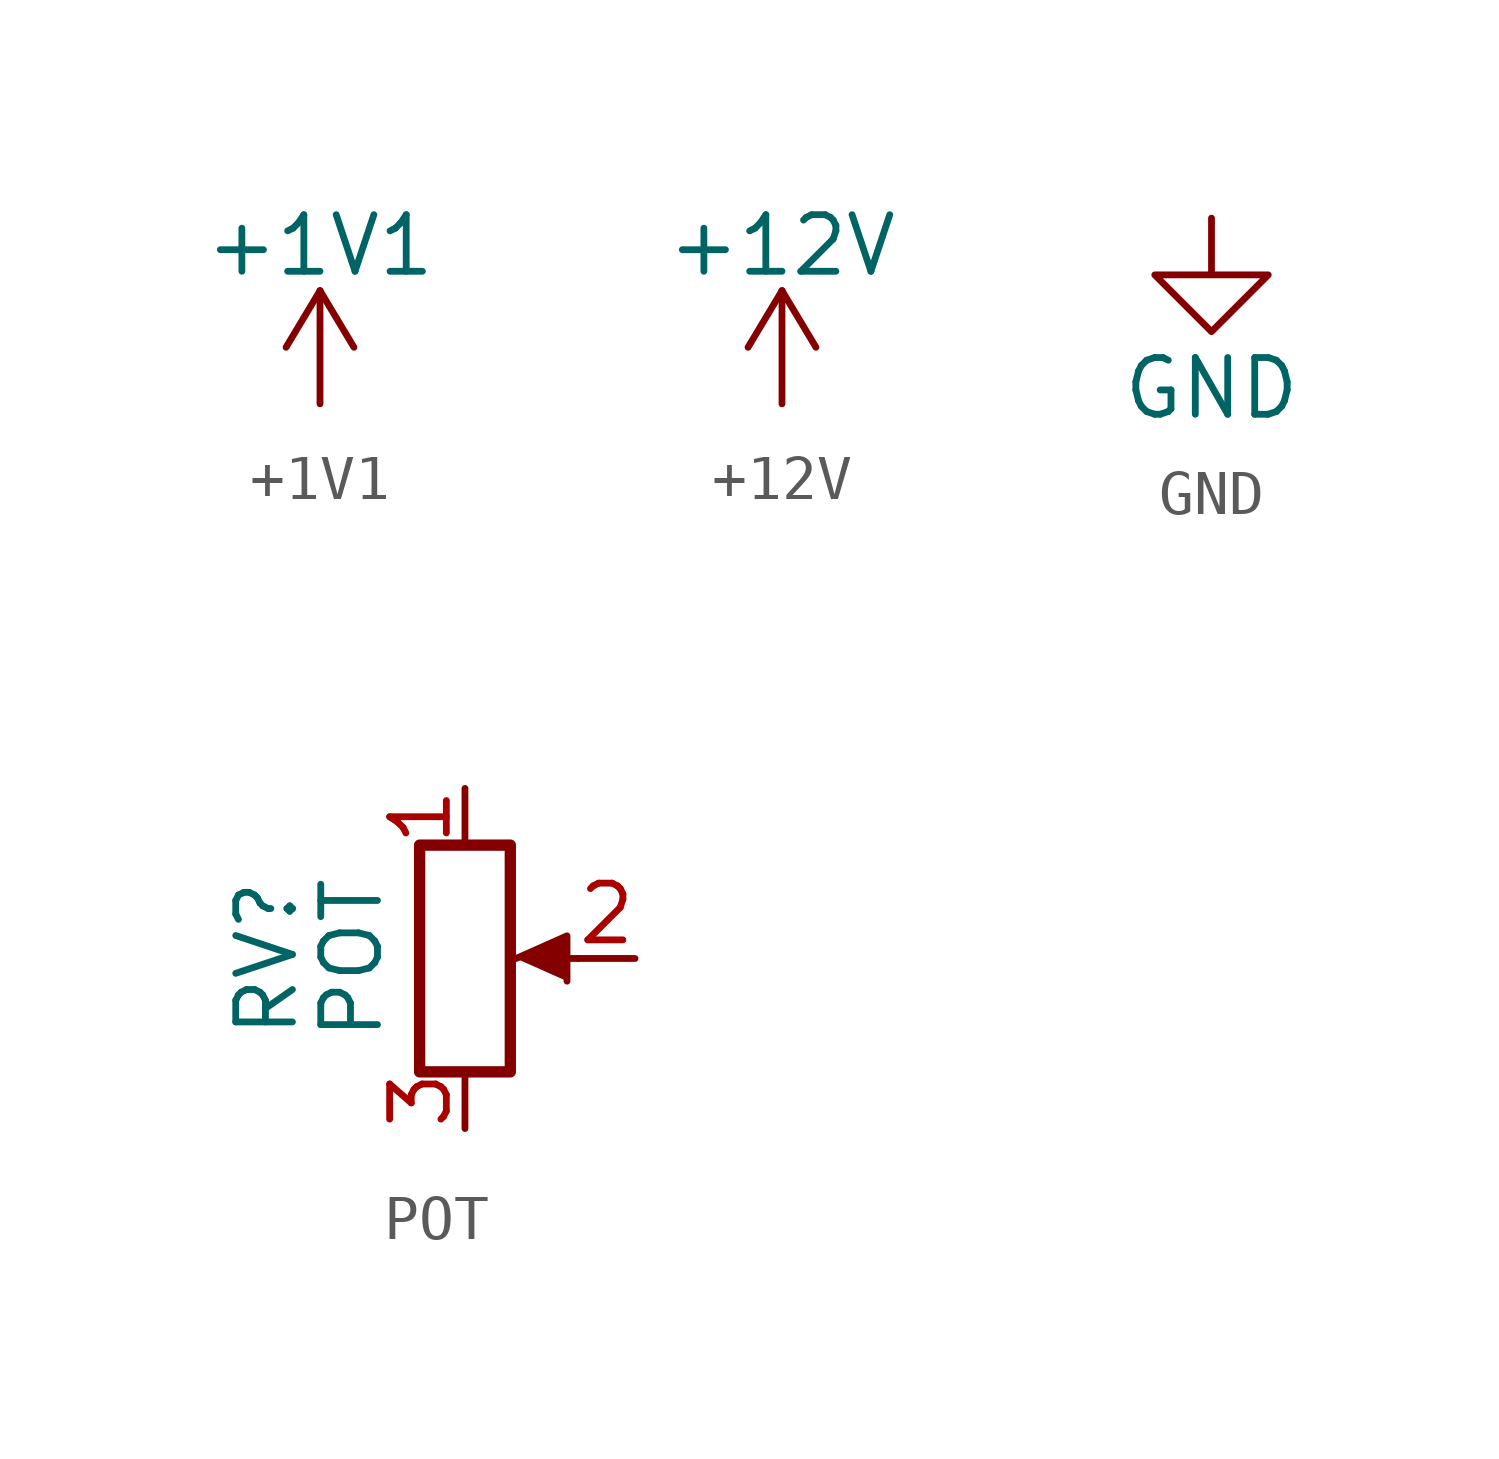
<source format=kicad_sym>
(kicad_symbol_lib
  (version 20241209)
  (generator "kicad_symbol_editor")
  (generator_version "9.0")
  (symbol "+1V1"
    (power)
    (pin_names
      (offset 0))
    (property "Reference" "#PWR"
      (at 0 -3.81 0)
      (effects (font (size 1.27 1.27)) (hide yes)))
    (property "Value" "+1V1"
      (at 0 3.556 0)
      (effects (font (size 1.27 1.27))))
    (symbol "+1V1_0_1"
      (polyline (pts (xy -0.762 1.27) (xy 0 2.54)) (stroke (width 0) (type solid)) (fill (type none)))
      (polyline (pts (xy 0 2.54) (xy 0.762 1.27)) (stroke (width 0) (type solid)) (fill (type none)))
      (polyline (pts (xy 0 0) (xy 0 2.54)) (stroke (width 0) (type solid)) (fill (type none))))
    (symbol "+1V1_1_1"
      (pin power_in line (at 0 0 90) (length 0) (hide yes) (name "+1V1" (effects (font (size 1.27 1.27)))) (number "1" (effects (font (size 1.27 1.27)))))))
  (symbol "+12V"
    (power)
    (pin_names
      (offset 0))
    (property "Reference" "#PWR"
      (at 0 -3.81 0)
      (effects (font (size 1.27 1.27)) (hide yes)))
    (property "Value" "+12V"
      (at 0 3.556 0)
      (effects (font (size 1.27 1.27))))
    (symbol "+12V_0_1"
      (polyline (pts (xy -0.762 1.27) (xy 0 2.54)) (stroke (width 0) (type solid)) (fill (type none)))
      (polyline (pts (xy 0 2.54) (xy 0.762 1.27)) (stroke (width 0) (type solid)) (fill (type none)))
      (polyline (pts (xy 0 0) (xy 0 2.54)) (stroke (width 0) (type solid)) (fill (type none))))
    (symbol "+12V_1_1"
      (pin power_in line (at 0 0 90) (length 0) (hide yes) (name "+12V" (effects (font (size 1.27 1.27)))) (number "1" (effects (font (size 1.27 1.27)))))))
  (symbol "GND"
    (power)
    (pin_names
      (offset 0))
    (property "Reference" "#PWR"
      (at 0 -6.35 0)
      (effects (font (size 1.27 1.27)) (hide yes)))
    (property "Value" "GND"
      (at 0 -3.81 0)
      (effects (font (size 1.27 1.27))))
    (symbol "GND_0_1"
      (polyline (pts (xy 0 0) (xy 0 -1.27) (xy 1.27 -1.27) (xy 0 -2.54) (xy -1.27 -1.27) (xy 0 -1.27)) (stroke (width 0) (type solid)) (fill (type none))))
    (symbol "GND_1_1"
      (pin power_in line (at 0 0 270) (length 0) (hide yes) (name "GND" (effects (font (size 1.27 1.27)))) (number "1" (effects (font (size 1.27 1.27)))))))
  (symbol "POT"
    (pin_names
      (offset 1.016)
      (hide yes))
    (property "Reference" "RV"
      (at -4.445 0 90)
      (effects (font (size 1.27 1.27))))
    (property "Value" "POT"
      (at -2.54 0 90)
      (effects (font (size 1.27 1.27))))
    (symbol "POT_0_1"
      (rectangle (start 1.016 2.54) (end -1.016 -2.54) (stroke (width 0.254) (type solid)) (fill (type none)))
      (polyline (pts (xy 1.143 0) (xy 2.286 0.508) (xy 2.286 -0.508)) (stroke (width 0) (type solid)) (fill (type outline)))
      (polyline (pts (xy 2.54 0) (xy 1.524 0)) (stroke (width 0) (type solid)) (fill (type none))))
    (symbol "POT_1_1"
      (pin passive line (at 0 3.81 270) (length 1.27) (name "1" (effects (font (size 1.27 1.27)))) (number "1" (effects (font (size 1.27 1.27)))))
      (pin passive line (at 0 -3.81 90) (length 1.27) (name "3" (effects (font (size 1.27 1.27)))) (number "3" (effects (font (size 1.27 1.27)))))
      (pin passive line (at 3.81 0 180) (length 1.27) (name "2" (effects (font (size 1.27 1.27)))) (number "2" (effects (font (size 1.27 1.27))))))))
</source>
